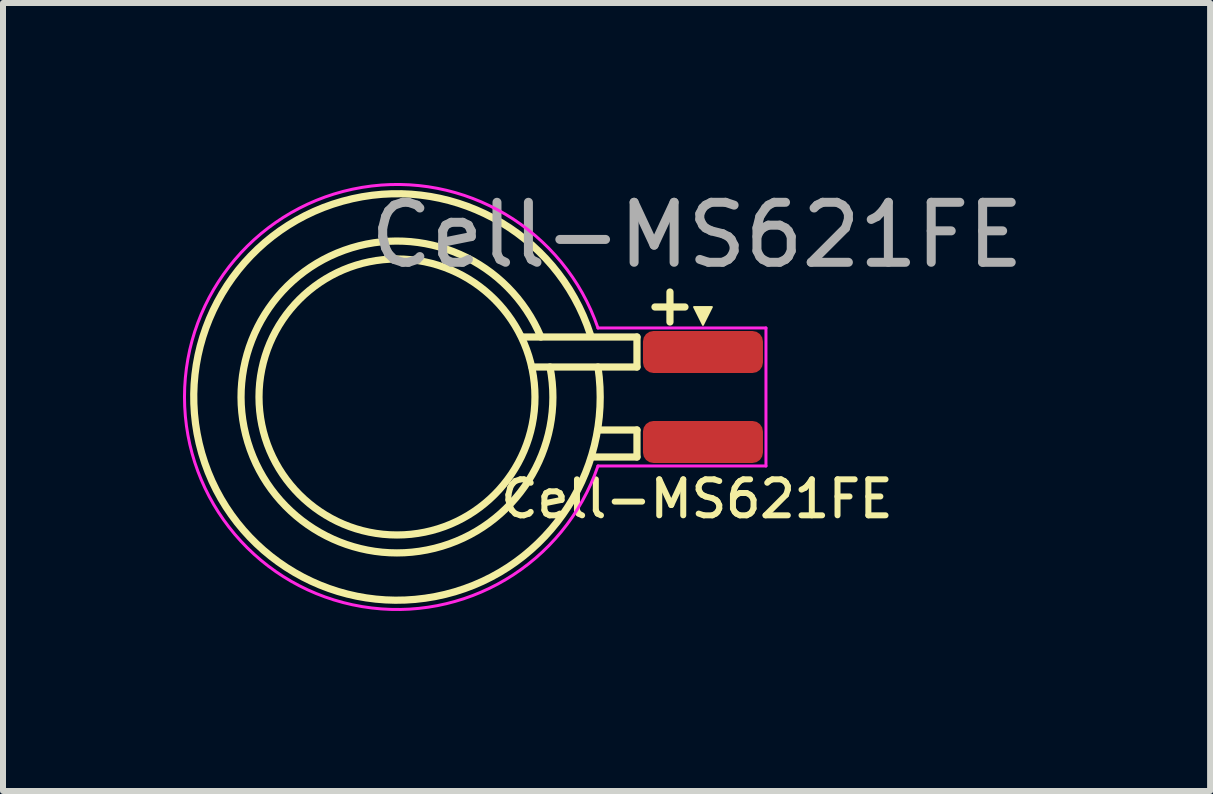
<source format=kicad_pcb>
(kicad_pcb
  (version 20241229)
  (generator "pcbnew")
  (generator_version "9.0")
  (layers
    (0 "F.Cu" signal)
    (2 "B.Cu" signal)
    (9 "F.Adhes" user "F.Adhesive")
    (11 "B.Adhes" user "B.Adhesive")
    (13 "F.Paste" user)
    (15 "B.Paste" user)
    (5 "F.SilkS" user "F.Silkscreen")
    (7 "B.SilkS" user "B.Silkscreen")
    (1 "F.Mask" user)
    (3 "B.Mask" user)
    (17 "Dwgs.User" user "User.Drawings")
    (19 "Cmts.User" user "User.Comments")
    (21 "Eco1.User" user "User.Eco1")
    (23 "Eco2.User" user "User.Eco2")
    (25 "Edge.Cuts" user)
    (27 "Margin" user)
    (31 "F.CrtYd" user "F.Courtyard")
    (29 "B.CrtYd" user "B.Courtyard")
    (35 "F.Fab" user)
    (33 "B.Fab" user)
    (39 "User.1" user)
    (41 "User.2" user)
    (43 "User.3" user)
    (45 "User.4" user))
  (footprint "Cell-MS621FE"
    (layer "F.Cu")
    (at 8.567 3.567)
    (property "Reference" "Cell-MS621FE" (at 0 1.7 0) (unlocked yes) (layer "F.SilkS") (effects (font (size 0.6 0.6) (thickness 0.1))))
    (attr smd)
    (fp_line (start -2.9 -1) (end -1 -1) (stroke (width 0.12) (type solid)) (layer "F.SilkS"))
    (fp_line (start -1.65 0.55) (end -1 0.55) (stroke (width 0.12) (type solid)) (layer "F.SilkS"))
    (fp_line (start -1 -1) (end -1 -0.5) (stroke (width 0.12) (type solid)) (layer "F.SilkS"))
    (fp_line (start -1 -0.5) (end -2.75 -0.5) (stroke (width 0.12) (type solid)) (layer "F.SilkS"))
    (fp_line (start -1 0.55) (end -1 1) (stroke (width 0.12) (type solid)) (layer "F.SilkS"))
    (fp_line (start -1 1) (end -1.75 1) (stroke (width 0.12) (type solid)) (layer "F.SilkS"))
    (fp_line (start -0.7 -1.5) (end -0.2 -1.5) (stroke (width 0.12) (type solid)) (layer "F.SilkS"))
    (fp_line (start -0.45 -1.25) (end -0.45 -1.75) (stroke (width 0.12) (type solid)) (layer "F.SilkS"))
    (fp_arc (start -2.45 -0.5) (mid -7.486904 0.753535) (end -2.601332 -0.999445) (stroke (width 0.12) (type solid)) (layer "F.SilkS"))
    (fp_arc (start -1.650001 -0.5) (mid -8.29766 0.773261) (end -1.776929 -1.0413) (stroke (width 0.12) (type solid)) (layer "F.SilkS"))
    (fp_circle (center -5 0) (end -2.7 0) (stroke (width 0.12) (type solid)) (fill no) (layer "F.SilkS"))
    (fp_poly (pts (xy 0.1 -1.2) (xy -0.05 -1.5) (xy 0.25 -1.5)) (stroke (width 0.03) (type solid)) (fill yes) (layer "F.SilkS"))
    (fp_line (start -1.65 -1.15) (end 1.15 -1.15) (stroke (width 0.05) (type solid)) (layer "F.CrtYd"))
    (fp_line (start 1.15 -1.15) (end 1.15 1.15) (stroke (width 0.05) (type solid)) (layer "F.CrtYd"))
    (fp_line (start 1.15 1.15) (end -1.65 1.15) (stroke (width 0.05) (type solid)) (layer "F.CrtYd"))
    (fp_arc (start -1.65 1.15) (mid -8.541892 0) (end -1.65 -1.15) (stroke (width 0.05) (type solid)) (layer "F.CrtYd"))
    (fp_text user "${REFERENCE}" (at 0 -2.7 0) (unlocked yes) (layer "F.Fab") (effects (font (size 1 1) (thickness 0.15))))
    (pad "1" smd roundrect (at 0.1 -0.75) (size 2 0.7) (layers "F.Cu" "F.Mask" "F.Paste") (roundrect_rratio 0.25))
    (pad "2" smd roundrect (at 0.1 0.75) (size 2 0.7) (layers "F.Cu" "F.Mask" "F.Paste") (roundrect_rratio 0.25)))
  (gr_rect
    (start -3 -3)
    (end 17.12 10.134)
    (stroke (width 0.1) (type default))
    (fill no)
    (layer "Edge.Cuts")))
</source>
